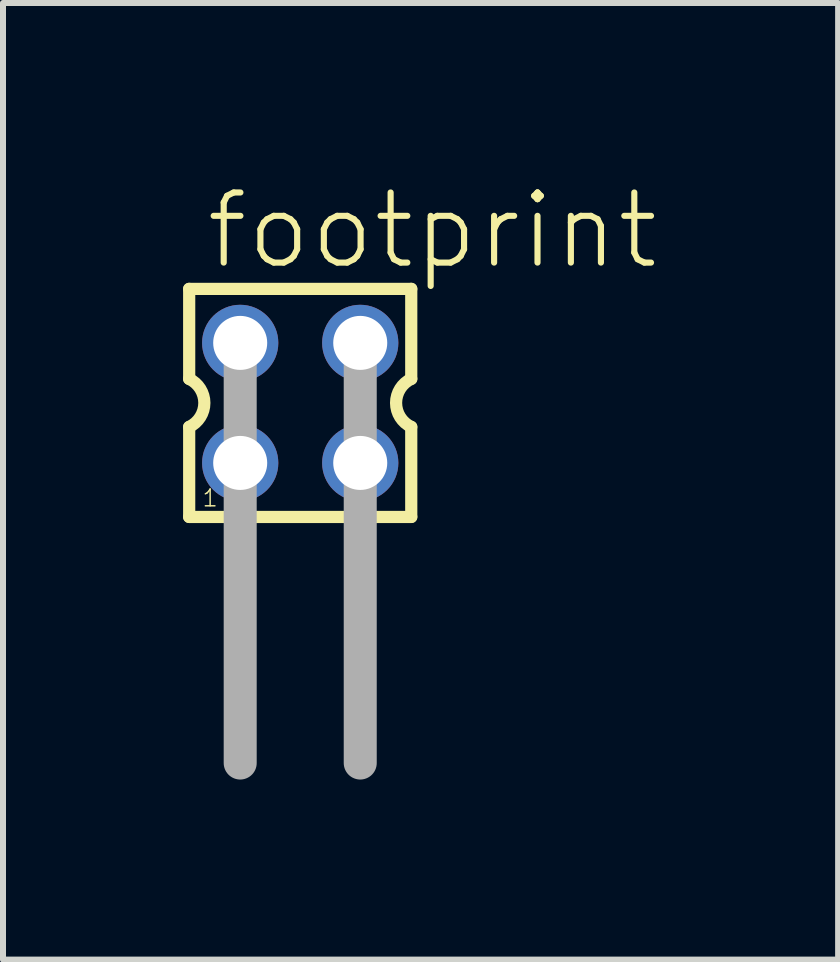
<source format=kicad_pcb>
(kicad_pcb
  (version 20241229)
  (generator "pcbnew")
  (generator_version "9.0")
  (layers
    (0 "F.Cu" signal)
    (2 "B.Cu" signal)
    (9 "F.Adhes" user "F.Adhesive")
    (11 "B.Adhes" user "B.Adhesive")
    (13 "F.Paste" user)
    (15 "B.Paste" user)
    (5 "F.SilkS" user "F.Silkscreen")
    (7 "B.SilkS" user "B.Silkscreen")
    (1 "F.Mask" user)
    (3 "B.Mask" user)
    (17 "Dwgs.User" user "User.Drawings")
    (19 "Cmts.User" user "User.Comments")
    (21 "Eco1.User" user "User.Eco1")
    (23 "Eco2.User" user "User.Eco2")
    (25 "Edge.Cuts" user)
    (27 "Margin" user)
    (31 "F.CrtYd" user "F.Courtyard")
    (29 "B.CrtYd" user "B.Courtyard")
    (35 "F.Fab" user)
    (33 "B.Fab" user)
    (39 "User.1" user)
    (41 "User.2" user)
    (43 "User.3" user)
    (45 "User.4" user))
  (footprint "footprint"
    (layer "F.Cu")
    (at 1.952 3.663)
    (property "Reference" "footprint" (at -1.62 -2.19 0) (layer "F.SilkS") (effects (font (size 1.168 1.168) (thickness 0.102)) (justify left bottom)))
    (fp_line (start -1.85 -1.9) (end -1.85 -0.4) (stroke (width 0.203) (type solid)) (layer "F.SilkS"))
    (fp_line (start -1.85 0.4) (end -1.85 1.9) (stroke (width 0.203) (type solid)) (layer "F.SilkS"))
    (fp_line (start -1.85 1.9) (end 1.85 1.9) (stroke (width 0.203) (type solid)) (layer "F.SilkS"))
    (fp_line (start 1.85 -1.9) (end -1.85 -1.9) (stroke (width 0.203) (type solid)) (layer "F.SilkS"))
    (fp_line (start 1.85 -0.4) (end 1.85 -1.9) (stroke (width 0.203) (type solid)) (layer "F.SilkS"))
    (fp_line (start 1.85 1.9) (end 1.85 0.4) (stroke (width 0.203) (type solid)) (layer "F.SilkS"))
    (fp_arc (start -1.85 -0.4) (mid -1.597167 0) (end -1.85 0.4) (stroke (width 0.2032) (type solid)) (layer "F.SilkS"))
    (fp_arc (start 1.85 0.4) (mid 1.597167 0) (end 1.85 -0.4) (stroke (width 0.2032) (type solid)) (layer "F.SilkS"))
    (fp_line (start -1 -1) (end -1 6) (stroke (width 0.55) (type solid)) (layer "F.Fab"))
    (fp_line (start 1 -1) (end 1 6) (stroke (width 0.55) (type solid)) (layer "F.Fab"))
    (fp_poly (pts (xy -1.25 -0.75) (xy -0.75 -0.75) (xy -0.75 -1.25) (xy -1.25 -1.25)) (stroke (width 0.1) (type solid)) (fill no) (layer "F.Fab"))
    (fp_poly (pts (xy -1.25 1.25) (xy -0.75 1.25) (xy -0.75 0.75) (xy -1.25 0.75)) (stroke (width 0.1) (type solid)) (fill no) (layer "F.Fab"))
    (fp_poly (pts (xy 0.75 -0.75) (xy 1.25 -0.75) (xy 1.25 -1.25) (xy 0.75 -1.25)) (stroke (width 0.1) (type solid)) (fill no) (layer "F.Fab"))
    (fp_poly (pts (xy 0.75 1.25) (xy 1.25 1.25) (xy 1.25 0.75) (xy 0.75 0.75)) (stroke (width 0.1) (type solid)) (fill no) (layer "F.Fab"))
    (fp_text user "1" (at -1.65 1.75 0) (layer "F.SilkS") (effects (font (size 0.28 0.28) (thickness 0.024)) (justify left bottom)))
    (pad "1" thru_hole circle (at -1 1) (size 1.27 1.27) (drill 0.9) (layers "*.Cu" "*.Mask"))
    (pad "2" thru_hole circle (at -1 -1) (size 1.27 1.27) (drill 0.9) (layers "*.Cu" "*.Mask"))
    (pad "3" thru_hole circle (at 1 1) (size 1.27 1.27) (drill 0.9) (layers "*.Cu" "*.Mask"))
    (pad "4" thru_hole circle (at 1 -1) (size 1.27 1.27) (drill 0.9) (layers "*.Cu" "*.Mask")))
  (gr_rect
    (start -3 -3)
    (end 10.914 12.938)
    (stroke (width 0.1) (type default))
    (fill no)
    (layer "Edge.Cuts")))
</source>
